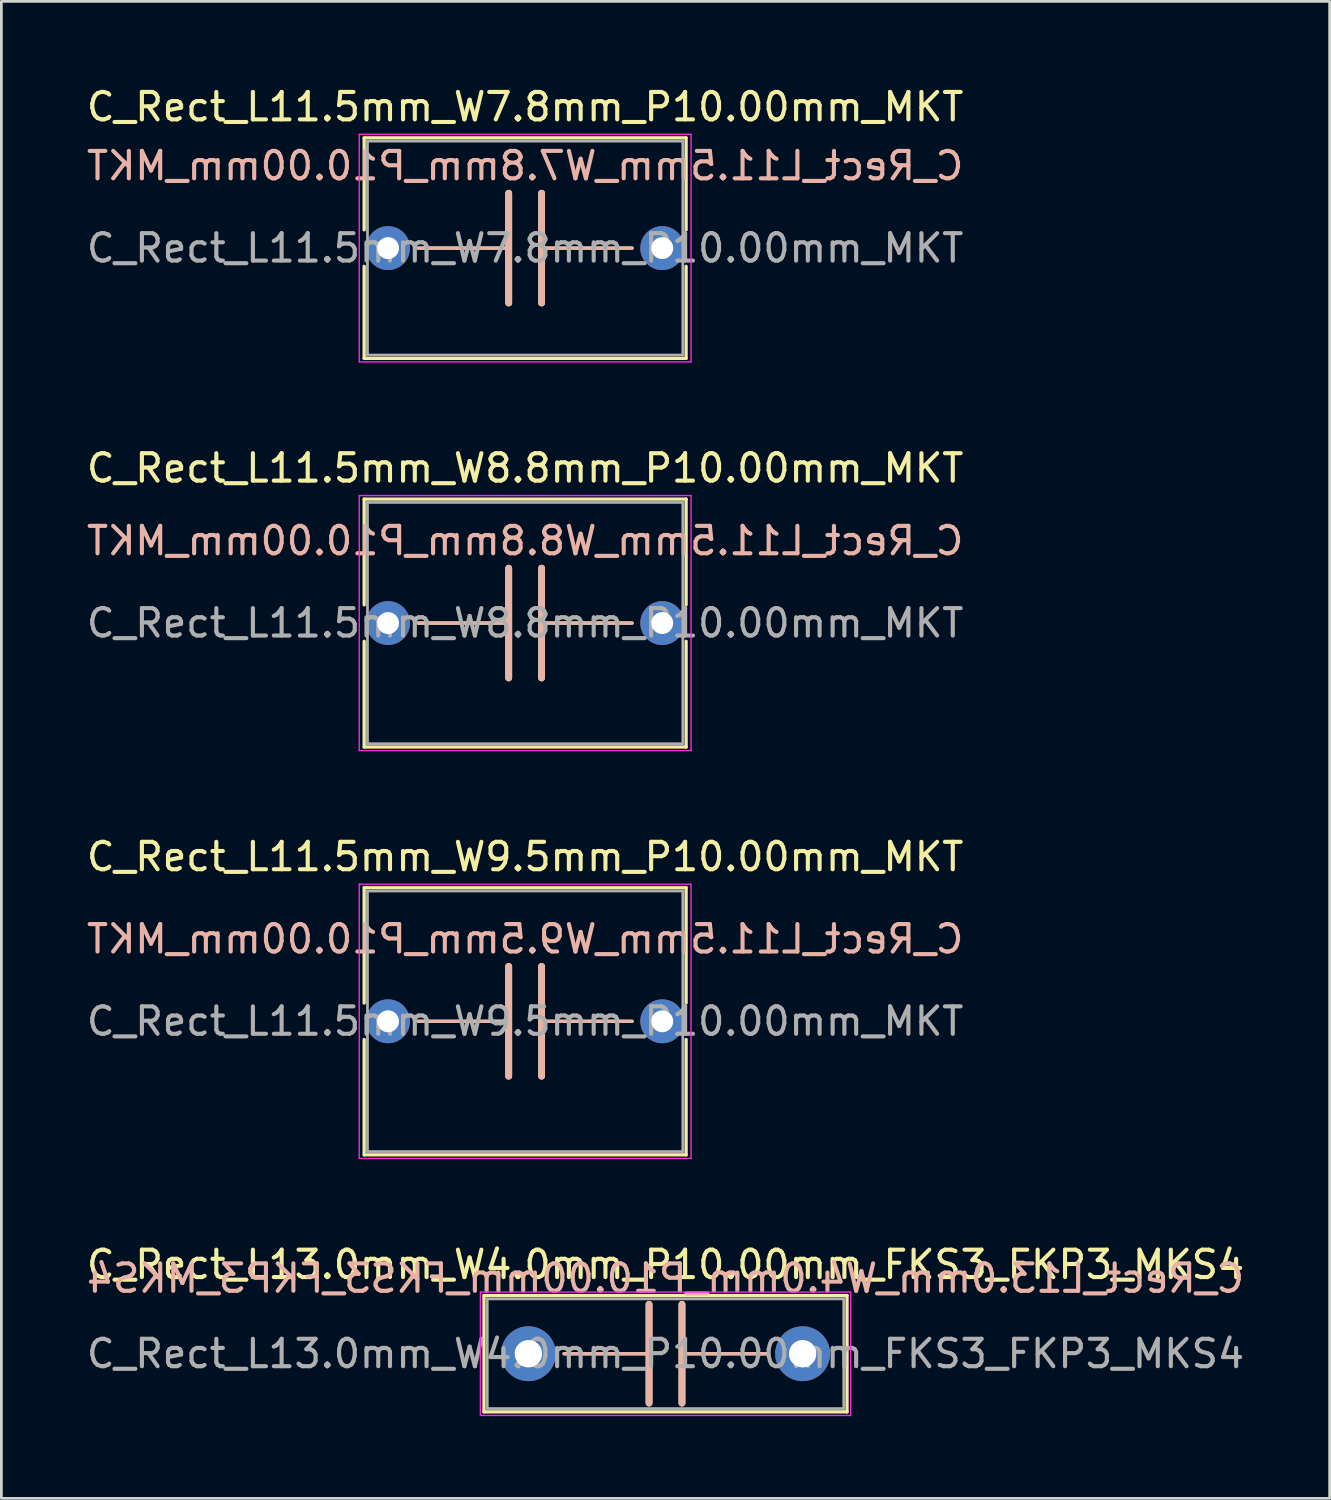
<source format=kicad_pcb>
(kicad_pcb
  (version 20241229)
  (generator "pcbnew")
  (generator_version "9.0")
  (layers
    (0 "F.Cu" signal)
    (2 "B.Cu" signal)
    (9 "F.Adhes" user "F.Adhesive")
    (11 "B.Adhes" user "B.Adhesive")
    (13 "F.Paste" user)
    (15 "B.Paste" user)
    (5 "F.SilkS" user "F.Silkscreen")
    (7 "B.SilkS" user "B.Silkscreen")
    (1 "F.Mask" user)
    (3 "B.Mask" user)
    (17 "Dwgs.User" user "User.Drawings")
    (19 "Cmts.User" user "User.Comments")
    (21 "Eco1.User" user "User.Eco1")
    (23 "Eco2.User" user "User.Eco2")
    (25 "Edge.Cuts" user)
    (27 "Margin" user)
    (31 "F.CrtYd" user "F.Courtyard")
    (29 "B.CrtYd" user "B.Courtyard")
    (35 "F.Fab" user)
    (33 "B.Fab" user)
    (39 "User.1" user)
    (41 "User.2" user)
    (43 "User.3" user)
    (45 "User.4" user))
  (footprint "C_Rect_L11.5mm_W8.8mm_P10.00mm_MKT"
    (layer "F.Cu")
    (at 11.101 19.672)
    (property "Reference" "C_Rect_L11.5mm_W8.8mm_P10.00mm_MKT" (at 5 -5.65 0) (layer "F.SilkS") (effects (font (size 1 1) (thickness 0.15))))
    (fp_line (start -0.87 -4.52) (end -0.87 -0.665) (stroke (width 0.12) (type solid)) (layer "F.SilkS"))
    (fp_line (start -0.87 -4.52) (end 10.87 -4.52) (stroke (width 0.12) (type solid)) (layer "F.SilkS"))
    (fp_line (start -0.87 0.665) (end -0.87 4.52) (stroke (width 0.12) (type solid)) (layer "F.SilkS"))
    (fp_line (start -0.87 4.52) (end 10.87 4.52) (stroke (width 0.12) (type solid)) (layer "F.SilkS"))
    (fp_line (start 1.1 0) (end 4.4 0) (stroke (width 0.12) (type solid)) (layer "F.SilkS"))
    (fp_line (start 4.4 2) (end 4.4 -2) (stroke (width 0.25) (type solid)) (layer "F.SilkS"))
    (fp_line (start 5.6 2) (end 5.6 -2) (stroke (width 0.25) (type solid)) (layer "F.SilkS"))
    (fp_line (start 8.9 0) (end 5.6 0) (stroke (width 0.12) (type solid)) (layer "F.SilkS"))
    (fp_line (start 10.87 -4.52) (end 10.87 -0.665) (stroke (width 0.12) (type solid)) (layer "F.SilkS"))
    (fp_line (start 10.87 0.665) (end 10.87 4.52) (stroke (width 0.12) (type solid)) (layer "F.SilkS"))
    (fp_line (start 1.1 0) (end 4.4 0) (stroke (width 0.12) (type solid)) (layer "B.SilkS"))
    (fp_line (start 4.4 -2) (end 4.4 2) (stroke (width 0.25) (type solid)) (layer "B.SilkS"))
    (fp_line (start 5.6 -2) (end 5.6 2) (stroke (width 0.25) (type solid)) (layer "B.SilkS"))
    (fp_line (start 8.9 0) (end 5.6 0) (stroke (width 0.12) (type solid)) (layer "B.SilkS"))
    (fp_line (start -1.05 -4.65) (end -1.05 4.65) (stroke (width 0.05) (type solid)) (layer "F.CrtYd"))
    (fp_line (start -1.05 4.65) (end 11.05 4.65) (stroke (width 0.05) (type solid)) (layer "F.CrtYd"))
    (fp_line (start 11.05 -4.65) (end -1.05 -4.65) (stroke (width 0.05) (type solid)) (layer "F.CrtYd"))
    (fp_line (start 11.05 4.65) (end 11.05 -4.65) (stroke (width 0.05) (type solid)) (layer "F.CrtYd"))
    (fp_line (start -0.75 -4.4) (end -0.75 4.4) (stroke (width 0.1) (type solid)) (layer "F.Fab"))
    (fp_line (start -0.75 4.4) (end 10.75 4.4) (stroke (width 0.1) (type solid)) (layer "F.Fab"))
    (fp_line (start 10.75 -4.4) (end -0.75 -4.4) (stroke (width 0.1) (type solid)) (layer "F.Fab"))
    (fp_line (start 10.75 4.4) (end 10.75 -4.4) (stroke (width 0.1) (type solid)) (layer "F.Fab"))
    (fp_text user "${REFERENCE}" (at 5 -3 0) (layer "B.SilkS") (effects (font (size 1 1) (thickness 0.15)) (justify mirror)))
    (fp_text user "${REFERENCE}" (at 5 0 0) (layer "F.Fab") (effects (font (size 1 1) (thickness 0.15))))
    (pad "1" thru_hole circle (at 0 0) (size 1.6 1.6) (drill 0.8) (layers "*.Cu" "*.Mask"))
    (pad "2" thru_hole circle (at 10 0) (size 1.6 1.6) (drill 0.8) (layers "*.Cu" "*.Mask")))
  (footprint "C_Rect_L11.5mm_W7.8mm_P10.00mm_MKT"
    (layer "F.Cu")
    (at 11.101 5.998)
    (property "Reference" "C_Rect_L11.5mm_W7.8mm_P10.00mm_MKT" (at 5 -5.15 0) (layer "F.SilkS") (effects (font (size 1 1) (thickness 0.15))))
    (fp_line (start -0.87 -4.02) (end -0.87 -0.665) (stroke (width 0.12) (type solid)) (layer "F.SilkS"))
    (fp_line (start -0.87 -4.02) (end 10.87 -4.02) (stroke (width 0.12) (type solid)) (layer "F.SilkS"))
    (fp_line (start -0.87 0.665) (end -0.87 4.02) (stroke (width 0.12) (type solid)) (layer "F.SilkS"))
    (fp_line (start -0.87 4.02) (end 10.87 4.02) (stroke (width 0.12) (type solid)) (layer "F.SilkS"))
    (fp_line (start 1.1 0) (end 4.4 0) (stroke (width 0.12) (type solid)) (layer "F.SilkS"))
    (fp_line (start 4.4 2) (end 4.4 -2) (stroke (width 0.25) (type solid)) (layer "F.SilkS"))
    (fp_line (start 5.6 2) (end 5.6 -2) (stroke (width 0.25) (type solid)) (layer "F.SilkS"))
    (fp_line (start 8.9 0) (end 5.6 0) (stroke (width 0.12) (type solid)) (layer "F.SilkS"))
    (fp_line (start 10.87 -4.02) (end 10.87 -0.665) (stroke (width 0.12) (type solid)) (layer "F.SilkS"))
    (fp_line (start 10.87 0.665) (end 10.87 4.02) (stroke (width 0.12) (type solid)) (layer "F.SilkS"))
    (fp_line (start 1.1 0) (end 4.4 0) (stroke (width 0.12) (type solid)) (layer "B.SilkS"))
    (fp_line (start 4.4 -2) (end 4.4 2) (stroke (width 0.25) (type solid)) (layer "B.SilkS"))
    (fp_line (start 5.6 -2) (end 5.6 2) (stroke (width 0.25) (type solid)) (layer "B.SilkS"))
    (fp_line (start 8.9 0) (end 5.6 0) (stroke (width 0.12) (type solid)) (layer "B.SilkS"))
    (fp_line (start -1.05 -4.15) (end -1.05 4.15) (stroke (width 0.05) (type solid)) (layer "F.CrtYd"))
    (fp_line (start -1.05 4.15) (end 11.05 4.15) (stroke (width 0.05) (type solid)) (layer "F.CrtYd"))
    (fp_line (start 11.05 -4.15) (end -1.05 -4.15) (stroke (width 0.05) (type solid)) (layer "F.CrtYd"))
    (fp_line (start 11.05 4.15) (end 11.05 -4.15) (stroke (width 0.05) (type solid)) (layer "F.CrtYd"))
    (fp_line (start -0.75 -3.9) (end -0.75 3.9) (stroke (width 0.1) (type solid)) (layer "F.Fab"))
    (fp_line (start -0.75 3.9) (end 10.75 3.9) (stroke (width 0.1) (type solid)) (layer "F.Fab"))
    (fp_line (start 10.75 -3.9) (end -0.75 -3.9) (stroke (width 0.1) (type solid)) (layer "F.Fab"))
    (fp_line (start 10.75 3.9) (end 10.75 -3.9) (stroke (width 0.1) (type solid)) (layer "F.Fab"))
    (fp_text user "${REFERENCE}" (at 5 -3 0) (layer "B.SilkS") (effects (font (size 1 1) (thickness 0.15)) (justify mirror)))
    (fp_text user "${REFERENCE}" (at 5 0 0) (layer "F.Fab") (effects (font (size 1 1) (thickness 0.15))))
    (pad "1" thru_hole circle (at 0 0) (size 1.6 1.6) (drill 0.8) (layers "*.Cu" "*.Mask"))
    (pad "2" thru_hole circle (at 10 0) (size 1.6 1.6) (drill 0.8) (layers "*.Cu" "*.Mask")))
  (footprint "C_Rect_L13.0mm_W4.0mm_P10.00mm_FKS3_FKP3_MKS4"
    (layer "F.Cu")
    (at 16.22 46.318)
    (property "Reference" "C_Rect_L13.0mm_W4.0mm_P10.00mm_FKS3_FKP3_MKS4" (at 5 -3.25 0) (layer "F.SilkS") (effects (font (size 1 1) (thickness 0.15))))
    (fp_line (start -1.62 -2.12) (end -1.62 2.12) (stroke (width 0.12) (type solid)) (layer "F.SilkS"))
    (fp_line (start -1.62 -2.12) (end 11.62 -2.12) (stroke (width 0.12) (type solid)) (layer "F.SilkS"))
    (fp_line (start -1.62 2.12) (end 11.62 2.12) (stroke (width 0.12) (type solid)) (layer "F.SilkS"))
    (fp_line (start 1.3 0) (end 4.4 0) (stroke (width 0.12) (type solid)) (layer "F.SilkS"))
    (fp_line (start 4.4 1.8) (end 4.4 -1.8) (stroke (width 0.25) (type solid)) (layer "F.SilkS"))
    (fp_line (start 5.6 1.8) (end 5.6 -1.8) (stroke (width 0.25) (type solid)) (layer "F.SilkS"))
    (fp_line (start 8.7 0) (end 5.6 0) (stroke (width 0.12) (type solid)) (layer "F.SilkS"))
    (fp_line (start 11.62 -2.12) (end 11.62 2.12) (stroke (width 0.12) (type solid)) (layer "F.SilkS"))
    (fp_line (start 1.3 0) (end 4.4 0) (stroke (width 0.12) (type solid)) (layer "B.SilkS"))
    (fp_line (start 4.4 -1.8) (end 4.4 1.8) (stroke (width 0.25) (type solid)) (layer "B.SilkS"))
    (fp_line (start 5.6 -1.8) (end 5.6 1.8) (stroke (width 0.25) (type solid)) (layer "B.SilkS"))
    (fp_line (start 8.7 0) (end 5.6 0) (stroke (width 0.12) (type solid)) (layer "B.SilkS"))
    (fp_line (start -1.75 -2.25) (end -1.75 2.25) (stroke (width 0.05) (type solid)) (layer "F.CrtYd"))
    (fp_line (start -1.75 2.25) (end 11.75 2.25) (stroke (width 0.05) (type solid)) (layer "F.CrtYd"))
    (fp_line (start 11.75 -2.25) (end -1.75 -2.25) (stroke (width 0.05) (type solid)) (layer "F.CrtYd"))
    (fp_line (start 11.75 2.25) (end 11.75 -2.25) (stroke (width 0.05) (type solid)) (layer "F.CrtYd"))
    (fp_line (start -1.5 -2) (end -1.5 2) (stroke (width 0.1) (type solid)) (layer "F.Fab"))
    (fp_line (start -1.5 2) (end 11.5 2) (stroke (width 0.1) (type solid)) (layer "F.Fab"))
    (fp_line (start 11.5 -2) (end -1.5 -2) (stroke (width 0.1) (type solid)) (layer "F.Fab"))
    (fp_line (start 11.5 2) (end 11.5 -2) (stroke (width 0.1) (type solid)) (layer "F.Fab"))
    (fp_text user "${REFERENCE}" (at 5 -2.75 0) (layer "B.SilkS") (effects (font (size 1 1) (thickness 0.15)) (justify mirror)))
    (fp_text user "${REFERENCE}" (at 5 0 0) (layer "F.Fab") (effects (font (size 1 1) (thickness 0.15))))
    (pad "1" thru_hole circle (at 0 0) (size 2 2) (drill 1) (layers "*.Cu" "*.Mask"))
    (pad "2" thru_hole circle (at 10 0) (size 2 2) (drill 1) (layers "*.Cu" "*.Mask")))
  (footprint "C_Rect_L11.5mm_W9.5mm_P10.00mm_MKT"
    (layer "F.Cu")
    (at 11.101 34.195)
    (property "Reference" "C_Rect_L11.5mm_W9.5mm_P10.00mm_MKT" (at 5 -6 0) (layer "F.SilkS") (effects (font (size 1 1) (thickness 0.15))))
    (fp_line (start -0.87 -4.87) (end -0.87 -0.665) (stroke (width 0.12) (type solid)) (layer "F.SilkS"))
    (fp_line (start -0.87 -4.87) (end 10.87 -4.87) (stroke (width 0.12) (type solid)) (layer "F.SilkS"))
    (fp_line (start -0.87 0.665) (end -0.87 4.87) (stroke (width 0.12) (type solid)) (layer "F.SilkS"))
    (fp_line (start -0.87 4.87) (end 10.87 4.87) (stroke (width 0.12) (type solid)) (layer "F.SilkS"))
    (fp_line (start 1.1 0) (end 4.4 0) (stroke (width 0.12) (type solid)) (layer "F.SilkS"))
    (fp_line (start 4.4 2) (end 4.4 -2) (stroke (width 0.25) (type solid)) (layer "F.SilkS"))
    (fp_line (start 5.6 2) (end 5.6 -2) (stroke (width 0.25) (type solid)) (layer "F.SilkS"))
    (fp_line (start 8.9 0) (end 5.6 0) (stroke (width 0.12) (type solid)) (layer "F.SilkS"))
    (fp_line (start 10.87 -4.87) (end 10.87 -0.665) (stroke (width 0.12) (type solid)) (layer "F.SilkS"))
    (fp_line (start 10.87 0.665) (end 10.87 4.87) (stroke (width 0.12) (type solid)) (layer "F.SilkS"))
    (fp_line (start 1.1 0) (end 4.4 0) (stroke (width 0.12) (type solid)) (layer "B.SilkS"))
    (fp_line (start 4.4 -2) (end 4.4 2) (stroke (width 0.25) (type solid)) (layer "B.SilkS"))
    (fp_line (start 5.6 -2) (end 5.6 2) (stroke (width 0.25) (type solid)) (layer "B.SilkS"))
    (fp_line (start 8.9 0) (end 5.6 0) (stroke (width 0.12) (type solid)) (layer "B.SilkS"))
    (fp_line (start -1.05 -5) (end -1.05 5) (stroke (width 0.05) (type solid)) (layer "F.CrtYd"))
    (fp_line (start -1.05 5) (end 11.05 5) (stroke (width 0.05) (type solid)) (layer "F.CrtYd"))
    (fp_line (start 11.05 -5) (end -1.05 -5) (stroke (width 0.05) (type solid)) (layer "F.CrtYd"))
    (fp_line (start 11.05 5) (end 11.05 -5) (stroke (width 0.05) (type solid)) (layer "F.CrtYd"))
    (fp_line (start -0.75 -4.75) (end -0.75 4.75) (stroke (width 0.1) (type solid)) (layer "F.Fab"))
    (fp_line (start -0.75 4.75) (end 10.75 4.75) (stroke (width 0.1) (type solid)) (layer "F.Fab"))
    (fp_line (start 10.75 -4.75) (end -0.75 -4.75) (stroke (width 0.1) (type solid)) (layer "F.Fab"))
    (fp_line (start 10.75 4.75) (end 10.75 -4.75) (stroke (width 0.1) (type solid)) (layer "F.Fab"))
    (fp_text user "${REFERENCE}" (at 5 -3 0) (layer "B.SilkS") (effects (font (size 1 1) (thickness 0.15)) (justify mirror)))
    (fp_text user "${REFERENCE}" (at 5 0 0) (layer "F.Fab") (effects (font (size 1 1) (thickness 0.15))))
    (pad "1" thru_hole circle (at 0 0) (size 1.6 1.6) (drill 0.8) (layers "*.Cu" "*.Mask"))
    (pad "2" thru_hole circle (at 10 0) (size 1.6 1.6) (drill 0.8) (layers "*.Cu" "*.Mask")))
  (gr_rect
    (start -3 -3)
    (end 45.44 51.593)
    (stroke (width 0.1) (type default))
    (fill no)
    (layer "Edge.Cuts")))
</source>
